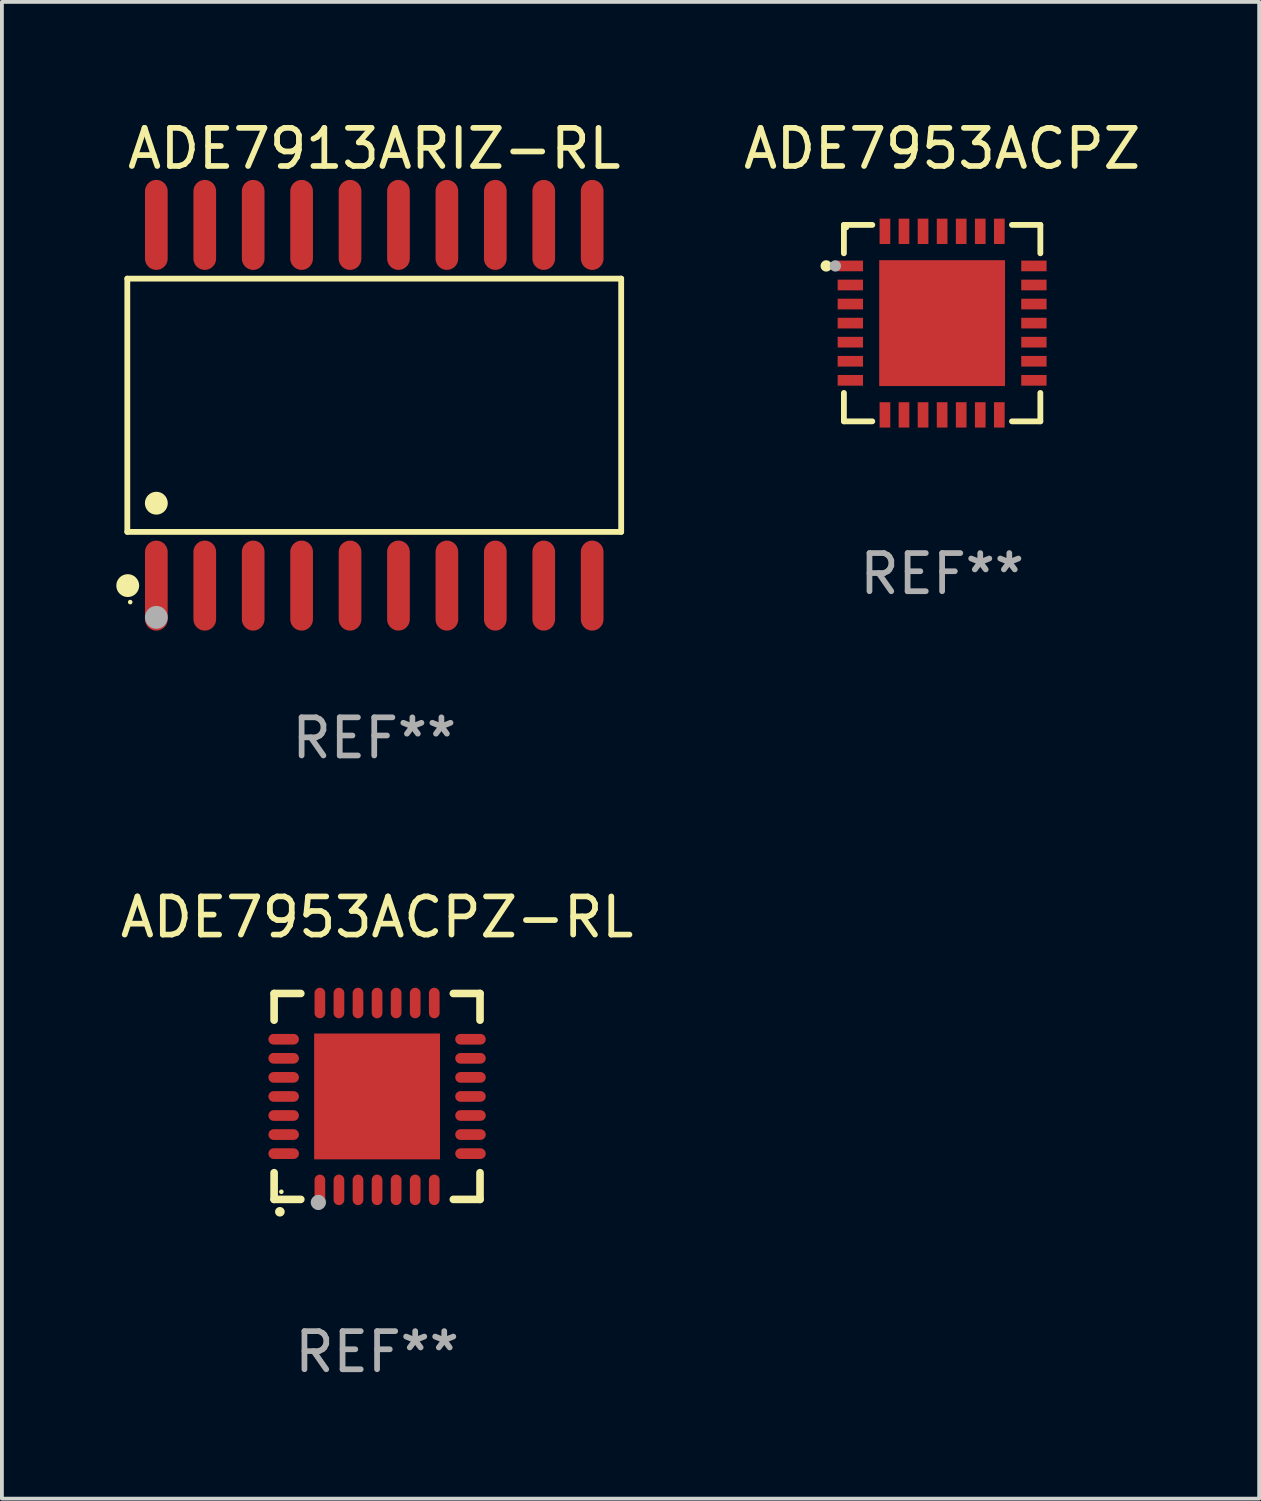
<source format=kicad_pcb>
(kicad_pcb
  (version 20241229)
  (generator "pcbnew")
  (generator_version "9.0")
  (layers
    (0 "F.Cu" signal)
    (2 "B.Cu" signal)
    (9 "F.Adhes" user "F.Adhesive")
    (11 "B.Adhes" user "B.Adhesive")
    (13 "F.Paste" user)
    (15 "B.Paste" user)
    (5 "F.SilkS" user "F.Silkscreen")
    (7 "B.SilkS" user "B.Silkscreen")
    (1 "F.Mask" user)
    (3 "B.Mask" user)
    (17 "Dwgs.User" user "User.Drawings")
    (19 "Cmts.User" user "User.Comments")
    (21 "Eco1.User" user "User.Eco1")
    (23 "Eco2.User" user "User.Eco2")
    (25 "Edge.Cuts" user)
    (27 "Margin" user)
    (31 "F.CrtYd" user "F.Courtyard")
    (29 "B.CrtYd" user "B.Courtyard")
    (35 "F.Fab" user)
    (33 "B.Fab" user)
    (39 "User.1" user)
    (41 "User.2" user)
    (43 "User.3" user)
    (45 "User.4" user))
  (footprint "ADE7913ARIZ-RL"
    (layer "F.Cu")
    (at 6.765 7.578)
    (property "Reference" "ADE7913ARIZ-RL" (at 0 -6.73 0) (layer "F.SilkS") (effects (font (size 1 1) (thickness 0.15))))
    (attr through_hole)
    (fp_line (start -6.476 -3.321) (end 6.476 -3.321) (stroke (width 0.152) (type solid)) (layer "F.SilkS"))
    (fp_line (start -6.476 3.321) (end -6.476 -3.321) (stroke (width 0.152) (type solid)) (layer "F.SilkS"))
    (fp_line (start 6.476 -3.321) (end 6.476 3.321) (stroke (width 0.152) (type solid)) (layer "F.SilkS"))
    (fp_line (start 6.476 3.321) (end -6.476 3.321) (stroke (width 0.152) (type solid)) (layer "F.SilkS"))
    (fp_circle (center -6.465 4.73) (end -6.315 4.73) (stroke (width 0.3) (type solid)) (fill no) (layer "F.SilkS"))
    (fp_circle (center -6.4 5.163) (end -6.37 5.163) (stroke (width 0.06) (type solid)) (fill no) (layer "F.SilkS"))
    (fp_circle (center -5.715 2.569) (end -5.565 2.569) (stroke (width 0.3) (type solid)) (fill no) (layer "F.SilkS"))
    (fp_circle (center -5.715 5.563) (end -5.565 5.563) (stroke (width 0.3) (type solid)) (fill no) (layer "F.Fab"))
    (fp_text user "REF**" (at 0 8.73 0) (layer "F.Fab") (effects (font (size 1 1) (thickness 0.15))))
    (pad "1" smd oval (at -5.715 4.73) (size 0.595 2.36) (layers "F.Cu" "F.Mask" "F.Paste"))
    (pad "2" smd oval (at -4.445 4.73) (size 0.595 2.36) (layers "F.Cu" "F.Mask" "F.Paste"))
    (pad "3" smd oval (at -3.175 4.73) (size 0.595 2.36) (layers "F.Cu" "F.Mask" "F.Paste"))
    (pad "4" smd oval (at -1.905 4.73) (size 0.595 2.36) (layers "F.Cu" "F.Mask" "F.Paste"))
    (pad "5" smd oval (at -0.635 4.73) (size 0.595 2.36) (layers "F.Cu" "F.Mask" "F.Paste"))
    (pad "6" smd oval (at 0.635 4.73) (size 0.595 2.36) (layers "F.Cu" "F.Mask" "F.Paste"))
    (pad "7" smd oval (at 1.905 4.73) (size 0.595 2.36) (layers "F.Cu" "F.Mask" "F.Paste"))
    (pad "8" smd oval (at 3.175 4.73) (size 0.595 2.36) (layers "F.Cu" "F.Mask" "F.Paste"))
    (pad "9" smd oval (at 4.445 4.73) (size 0.595 2.36) (layers "F.Cu" "F.Mask" "F.Paste"))
    (pad "10" smd oval (at 5.715 4.73) (size 0.595 2.36) (layers "F.Cu" "F.Mask" "F.Paste"))
    (pad "11" smd oval (at 5.715 -4.73) (size 0.595 2.36) (layers "F.Cu" "F.Mask" "F.Paste"))
    (pad "12" smd oval (at 4.445 -4.73) (size 0.595 2.36) (layers "F.Cu" "F.Mask" "F.Paste"))
    (pad "13" smd oval (at 3.175 -4.73) (size 0.595 2.36) (layers "F.Cu" "F.Mask" "F.Paste"))
    (pad "14" smd oval (at 1.905 -4.73) (size 0.595 2.36) (layers "F.Cu" "F.Mask" "F.Paste"))
    (pad "15" smd oval (at 0.635 -4.73) (size 0.595 2.36) (layers "F.Cu" "F.Mask" "F.Paste"))
    (pad "16" smd oval (at -0.635 -4.73) (size 0.595 2.36) (layers "F.Cu" "F.Mask" "F.Paste"))
    (pad "17" smd oval (at -1.905 -4.73) (size 0.595 2.36) (layers "F.Cu" "F.Mask" "F.Paste"))
    (pad "18" smd oval (at -3.175 -4.73) (size 0.595 2.36) (layers "F.Cu" "F.Mask" "F.Paste"))
    (pad "19" smd oval (at -4.445 -4.73) (size 0.595 2.36) (layers "F.Cu" "F.Mask" "F.Paste"))
    (pad "20" smd oval (at -5.715 -4.73) (size 0.595 2.36) (layers "F.Cu" "F.Mask" "F.Paste")))
  (footprint "ADE7953ACPZ"
    (layer "F.Cu")
    (at 21.658 5.424)
    (property "Reference" "ADE7953ACPZ" (at 0 -4.576 0) (layer "F.SilkS") (effects (font (size 1 1) (thickness 0.15))))
    (attr through_hole)
    (fp_line (start -2.576 -2.576) (end -2.576 -1.831) (stroke (width 0.152) (type solid)) (layer "F.SilkS"))
    (fp_line (start -2.576 2.576) (end -2.576 1.831) (stroke (width 0.152) (type solid)) (layer "F.SilkS"))
    (fp_line (start -1.831 -2.576) (end -2.576 -2.576) (stroke (width 0.152) (type solid)) (layer "F.SilkS"))
    (fp_line (start -1.831 2.576) (end -2.576 2.576) (stroke (width 0.152) (type solid)) (layer "F.SilkS"))
    (fp_line (start 1.831 -2.576) (end 2.576 -2.576) (stroke (width 0.152) (type solid)) (layer "F.SilkS"))
    (fp_line (start 1.831 2.576) (end 2.576 2.576) (stroke (width 0.152) (type solid)) (layer "F.SilkS"))
    (fp_line (start 2.576 -2.576) (end 2.576 -1.831) (stroke (width 0.152) (type solid)) (layer "F.SilkS"))
    (fp_line (start 2.576 2.576) (end 2.576 1.831) (stroke (width 0.152) (type solid)) (layer "F.SilkS"))
    (fp_circle (center -3.04 -1.5) (end -2.965 -1.5) (stroke (width 0.15) (type solid)) (fill no) (layer "F.SilkS"))
    (fp_circle (center -2.5 -2.5) (end -2.47 -2.5) (stroke (width 0.06) (type solid)) (fill no) (layer "F.SilkS"))
    (fp_circle (center -2.8 -1.5) (end -2.725 -1.5) (stroke (width 0.15) (type solid)) (fill no) (layer "F.Fab"))
    (fp_text user "REF**" (at 0 6.576 0) (layer "F.Fab") (effects (font (size 1 1) (thickness 0.15))))
    (pad "1" smd rect (at -2.407 -1.5) (size 0.665 0.28) (layers "F.Cu" "F.Mask" "F.Paste"))
    (pad "2" smd rect (at -2.407 -1) (size 0.665 0.28) (layers "F.Cu" "F.Mask" "F.Paste"))
    (pad "3" smd rect (at -2.407 -0.5) (size 0.665 0.28) (layers "F.Cu" "F.Mask" "F.Paste"))
    (pad "4" smd rect (at -2.407 0) (size 0.665 0.28) (layers "F.Cu" "F.Mask" "F.Paste"))
    (pad "5" smd rect (at -2.407 0.5) (size 0.665 0.28) (layers "F.Cu" "F.Mask" "F.Paste"))
    (pad "6" smd rect (at -2.407 1) (size 0.665 0.28) (layers "F.Cu" "F.Mask" "F.Paste"))
    (pad "7" smd rect (at -2.407 1.5) (size 0.665 0.28) (layers "F.Cu" "F.Mask" "F.Paste"))
    (pad "8" smd rect (at -1.5 2.407) (size 0.28 0.665) (layers "F.Cu" "F.Mask" "F.Paste"))
    (pad "9" smd rect (at -1 2.407) (size 0.28 0.665) (layers "F.Cu" "F.Mask" "F.Paste"))
    (pad "10" smd rect (at -0.5 2.407) (size 0.28 0.665) (layers "F.Cu" "F.Mask" "F.Paste"))
    (pad "11" smd rect (at 0 2.407) (size 0.28 0.665) (layers "F.Cu" "F.Mask" "F.Paste"))
    (pad "12" smd rect (at 0.5 2.407) (size 0.28 0.665) (layers "F.Cu" "F.Mask" "F.Paste"))
    (pad "13" smd rect (at 1 2.407) (size 0.28 0.665) (layers "F.Cu" "F.Mask" "F.Paste"))
    (pad "14" smd rect (at 1.5 2.407) (size 0.28 0.665) (layers "F.Cu" "F.Mask" "F.Paste"))
    (pad "15" smd rect (at 2.407 1.5) (size 0.665 0.28) (layers "F.Cu" "F.Mask" "F.Paste"))
    (pad "16" smd rect (at 2.407 1) (size 0.665 0.28) (layers "F.Cu" "F.Mask" "F.Paste"))
    (pad "17" smd rect (at 2.407 0.5) (size 0.665 0.28) (layers "F.Cu" "F.Mask" "F.Paste"))
    (pad "18" smd rect (at 2.407 0) (size 0.665 0.28) (layers "F.Cu" "F.Mask" "F.Paste"))
    (pad "19" smd rect (at 2.407 -0.5) (size 0.665 0.28) (layers "F.Cu" "F.Mask" "F.Paste"))
    (pad "20" smd rect (at 2.407 -1) (size 0.665 0.28) (layers "F.Cu" "F.Mask" "F.Paste"))
    (pad "21" smd rect (at 2.407 -1.5) (size 0.665 0.28) (layers "F.Cu" "F.Mask" "F.Paste"))
    (pad "22" smd rect (at 1.5 -2.407) (size 0.28 0.665) (layers "F.Cu" "F.Mask" "F.Paste"))
    (pad "23" smd rect (at 1 -2.407) (size 0.28 0.665) (layers "F.Cu" "F.Mask" "F.Paste"))
    (pad "24" smd rect (at 0.5 -2.407) (size 0.28 0.665) (layers "F.Cu" "F.Mask" "F.Paste"))
    (pad "25" smd rect (at 0 -2.407) (size 0.28 0.665) (layers "F.Cu" "F.Mask" "F.Paste"))
    (pad "26" smd rect (at -0.5 -2.407) (size 0.28 0.665) (layers "F.Cu" "F.Mask" "F.Paste"))
    (pad "27" smd rect (at -1 -2.407) (size 0.28 0.665) (layers "F.Cu" "F.Mask" "F.Paste"))
    (pad "28" smd rect (at -1.5 -2.407) (size 0.28 0.665) (layers "F.Cu" "F.Mask" "F.Paste"))
    (pad "29" smd rect (at 0 0) (size 3.3 3.3) (layers "F.Cu" "F.Mask" "F.Paste")))
  (footprint "ADE7953ACPZ-RL"
    (layer "F.Cu")
    (at 6.839 25.705)
    (property "Reference" "ADE7953ACPZ-RL" (at 0 -4.7 0) (layer "F.SilkS") (effects (font (size 1 1) (thickness 0.15))))
    (attr through_hole)
    (fp_line (start -2.7 -2.7) (end -2.7 -2) (stroke (width 0.2) (type solid)) (layer "F.SilkS"))
    (fp_line (start -2.7 2.7) (end -2.7 2) (stroke (width 0.2) (type solid)) (layer "F.SilkS"))
    (fp_line (start -2 -2.7) (end -2.7 -2.7) (stroke (width 0.2) (type solid)) (layer "F.SilkS"))
    (fp_line (start -2 2.7) (end -2.7 2.7) (stroke (width 0.2) (type solid)) (layer "F.SilkS"))
    (fp_line (start 2.7 -2.7) (end 2 -2.7) (stroke (width 0.2) (type solid)) (layer "F.SilkS"))
    (fp_line (start 2.7 -2) (end 2.7 -2.7) (stroke (width 0.2) (type solid)) (layer "F.SilkS"))
    (fp_line (start 2.7 2) (end 2.7 2.7) (stroke (width 0.2) (type solid)) (layer "F.SilkS"))
    (fp_line (start 2.7 2.7) (end 2 2.7) (stroke (width 0.2) (type solid)) (layer "F.SilkS"))
    (fp_arc (start -2.550165 3.025146) (mid -2.548895 3.02514) (end -2.547625 3.025146) (stroke (width 0.25) (type solid)) (layer "F.SilkS"))
    (fp_circle (center -2.51 2.5) (end -2.48 2.5) (stroke (width 0.06) (type solid)) (fill no) (layer "F.SilkS"))
    (fp_circle (center -1.54 2.78) (end -1.44 2.78) (stroke (width 0.2) (type solid)) (fill no) (layer "F.Fab"))
    (fp_text user "REF**" (at 0 6.7 0) (layer "F.Fab") (effects (font (size 1 1) (thickness 0.15))))
    (pad "1" smd oval (at -1.5 2.45 90) (size 0.8 0.28) (layers "F.Cu" "F.Mask" "F.Paste"))
    (pad "2" smd oval (at -1 2.45 90) (size 0.8 0.28) (layers "F.Cu" "F.Mask" "F.Paste"))
    (pad "3" smd oval (at -0.5 2.45 90) (size 0.8 0.28) (layers "F.Cu" "F.Mask" "F.Paste"))
    (pad "4" smd oval (at 0.000102 2.45 90) (size 0.8 0.28) (layers "F.Cu" "F.Mask" "F.Paste"))
    (pad "5" smd oval (at 0.5 2.45 90) (size 0.8 0.28) (layers "F.Cu" "F.Mask" "F.Paste"))
    (pad "6" smd oval (at 1 2.45 90) (size 0.8 0.28) (layers "F.Cu" "F.Mask" "F.Paste"))
    (pad "7" smd oval (at 1.5 2.45 90) (size 0.8 0.28) (layers "F.Cu" "F.Mask" "F.Paste"))
    (pad "8" smd oval (at 2.45 1.5 180) (size 0.8 0.28) (layers "F.Cu" "F.Mask" "F.Paste"))
    (pad "9" smd oval (at 2.45 1 180) (size 0.8 0.28) (layers "F.Cu" "F.Mask" "F.Paste"))
    (pad "10" smd oval (at 2.45 0.5 180) (size 0.8 0.28) (layers "F.Cu" "F.Mask" "F.Paste"))
    (pad "11" smd oval (at 2.45 0.000102 180) (size 0.8 0.28) (layers "F.Cu" "F.Mask" "F.Paste"))
    (pad "12" smd oval (at 2.45 -0.5 180) (size 0.8 0.28) (layers "F.Cu" "F.Mask" "F.Paste"))
    (pad "13" smd oval (at 2.45 -1 180) (size 0.8 0.28) (layers "F.Cu" "F.Mask" "F.Paste"))
    (pad "14" smd oval (at 2.45 -1.5 180) (size 0.8 0.28) (layers "F.Cu" "F.Mask" "F.Paste"))
    (pad "15" smd oval (at 1.5 -2.45 270) (size 0.8 0.28) (layers "F.Cu" "F.Mask" "F.Paste"))
    (pad "16" smd oval (at 1 -2.45 270) (size 0.8 0.28) (layers "F.Cu" "F.Mask" "F.Paste"))
    (pad "17" smd oval (at 0.5 -2.45 270) (size 0.8 0.28) (layers "F.Cu" "F.Mask" "F.Paste"))
    (pad "18" smd oval (at 0.000102 -2.45 270) (size 0.8 0.28) (layers "F.Cu" "F.Mask" "F.Paste"))
    (pad "19" smd oval (at -0.5 -2.45 270) (size 0.8 0.28) (layers "F.Cu" "F.Mask" "F.Paste"))
    (pad "20" smd oval (at -1 -2.45 270) (size 0.8 0.28) (layers "F.Cu" "F.Mask" "F.Paste"))
    (pad "21" smd oval (at -1.5 -2.45 270) (size 0.8 0.28) (layers "F.Cu" "F.Mask" "F.Paste"))
    (pad "22" smd oval (at -2.45 -1.5) (size 0.8 0.28) (layers "F.Cu" "F.Mask" "F.Paste"))
    (pad "23" smd oval (at -2.45 -1) (size 0.8 0.28) (layers "F.Cu" "F.Mask" "F.Paste"))
    (pad "24" smd oval (at -2.45 -0.5) (size 0.8 0.28) (layers "F.Cu" "F.Mask" "F.Paste"))
    (pad "25" smd oval (at -2.45 0.000102) (size 0.8 0.28) (layers "F.Cu" "F.Mask" "F.Paste"))
    (pad "26" smd oval (at -2.45 0.5) (size 0.8 0.28) (layers "F.Cu" "F.Mask" "F.Paste"))
    (pad "27" smd oval (at -2.45 1) (size 0.8 0.28) (layers "F.Cu" "F.Mask" "F.Paste"))
    (pad "28" smd oval (at -2.45 1.5) (size 0.8 0.28) (layers "F.Cu" "F.Mask" "F.Paste"))
    (pad "29" smd rect (at 0.000102 0.000102 90) (size 3.3 3.3) (layers "F.Cu" "F.Mask" "F.Paste")))
  (gr_rect
    (start -3 -3)
    (end 29.973 36.253)
    (stroke (width 0.1) (type default))
    (fill no)
    (layer "Edge.Cuts")))
</source>
